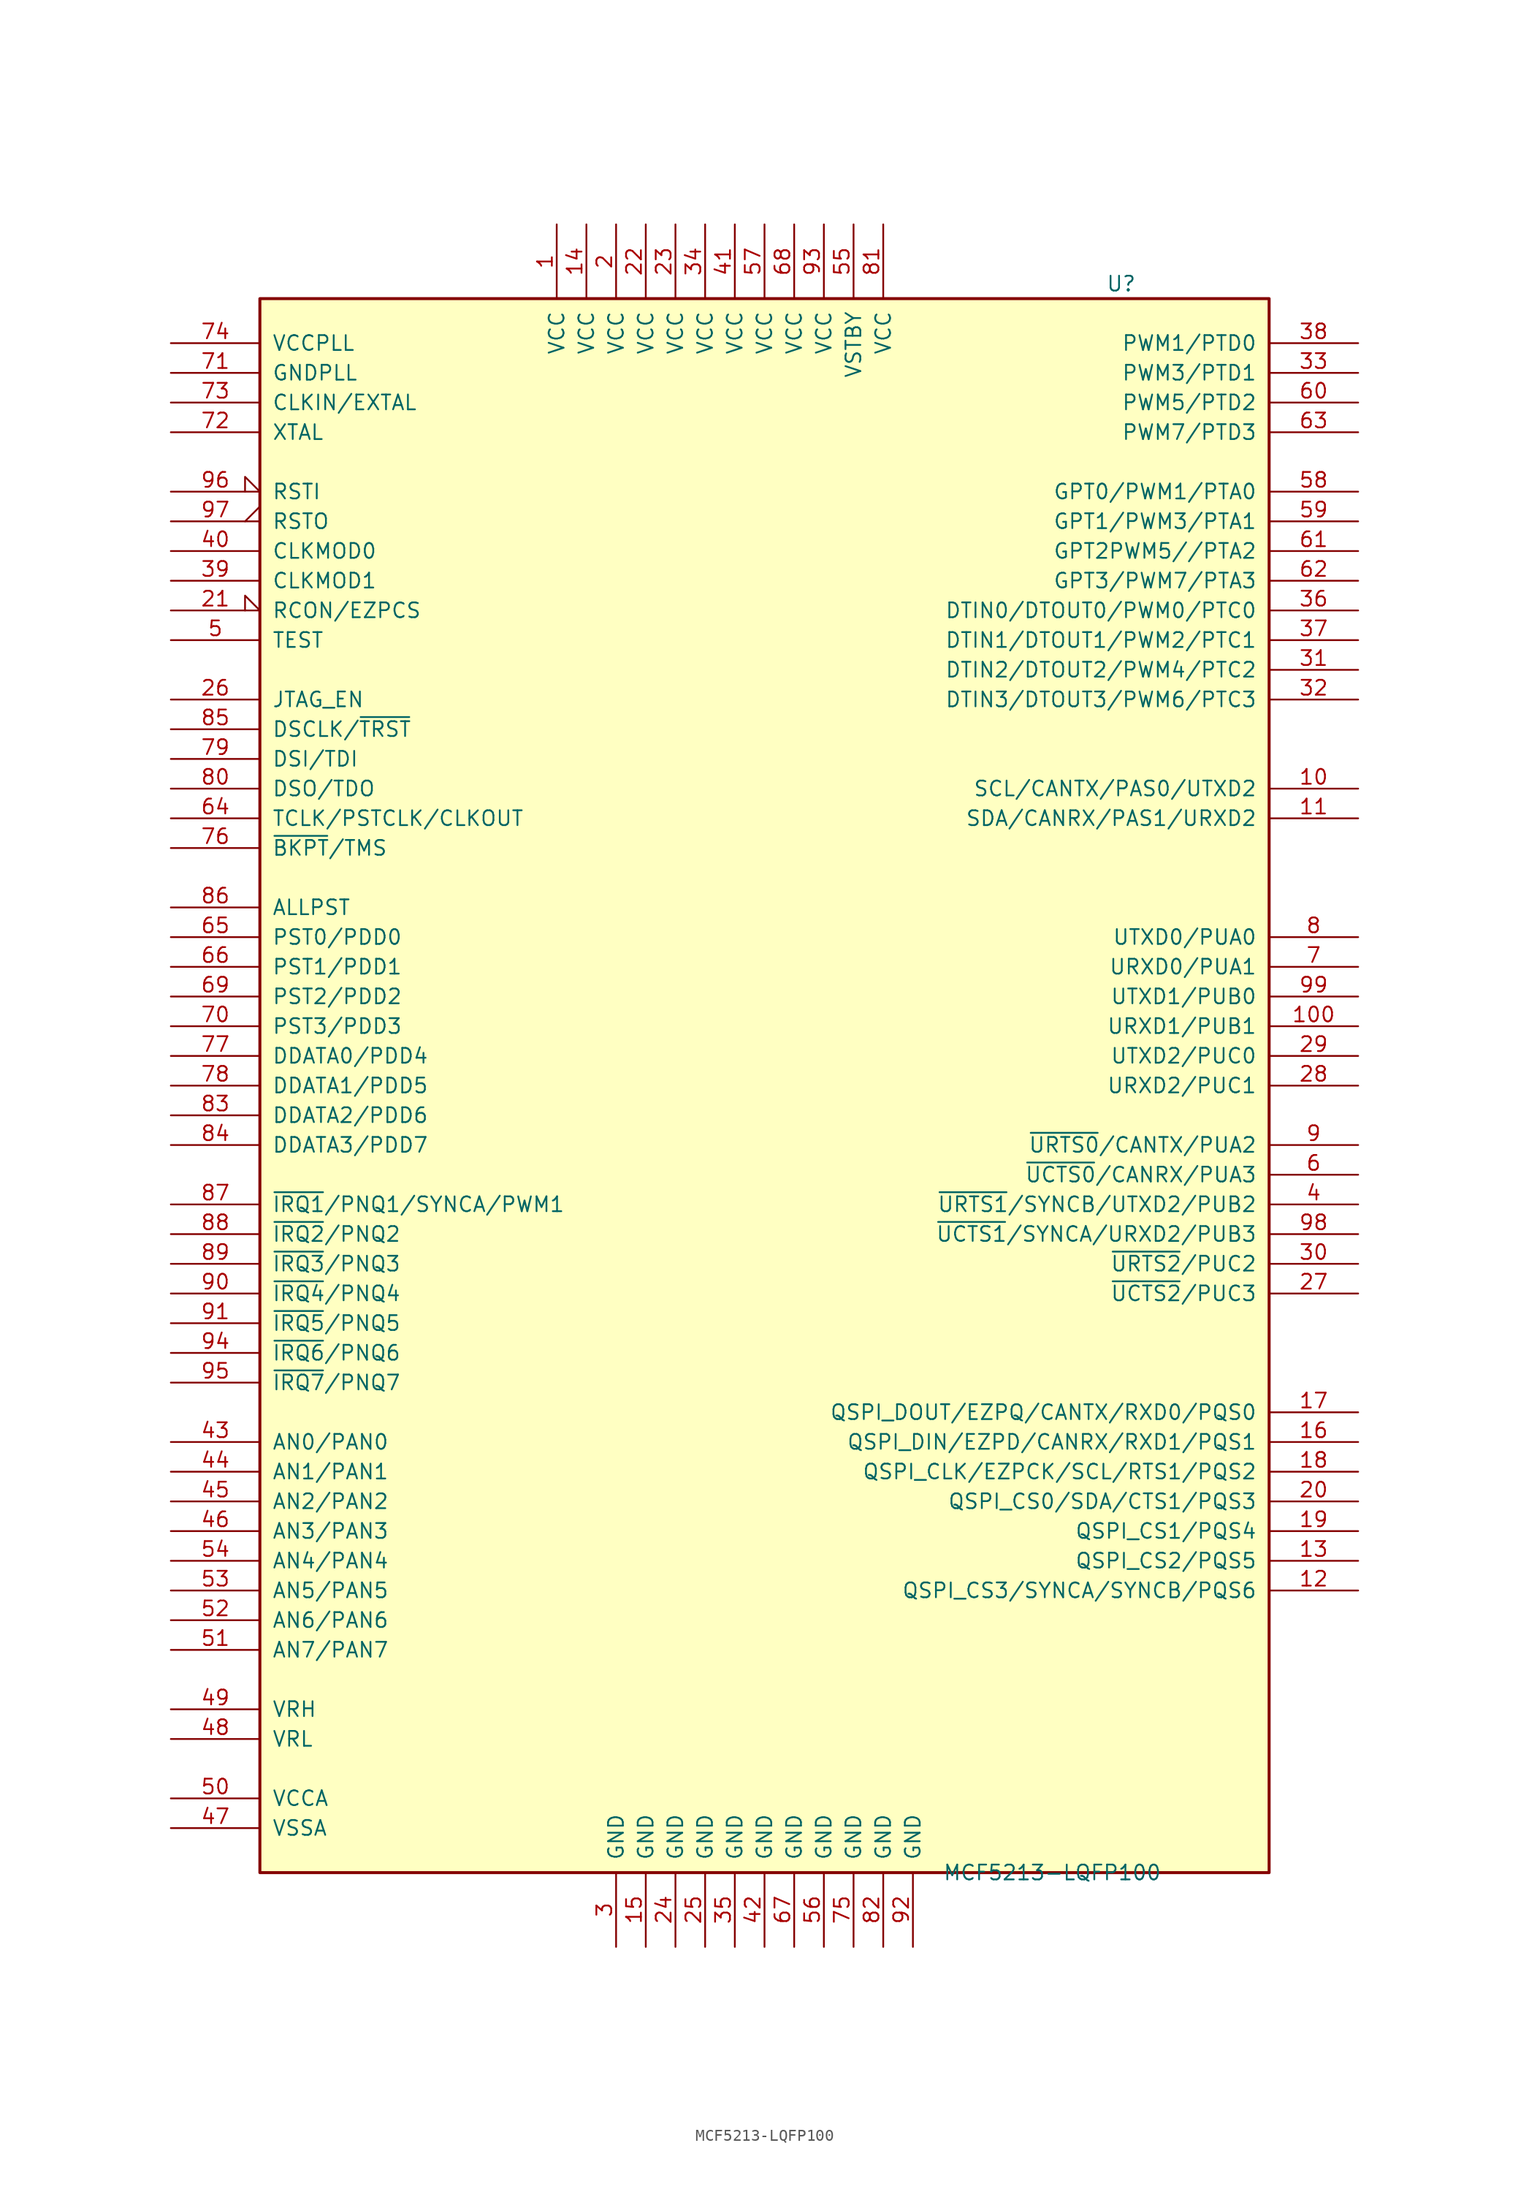
<source format=kicad_sym>
(kicad_symbol_lib
  (version 20241209)
  (generator "kicad_symbol_editor")
  (generator_version "9.0")
  (symbol "MCF5213-LQFP100"
    (pin_names
      (offset 1.016))
    (property "Reference" "U"
      (at 29.21 68.58 0)
      (effects (font (size 1.27 1.27)) (justify left)))
    (property "Value" "MCF5213-LQFP100"
      (at 15.24 -67.31 0)
      (effects (font (size 1.27 1.27)) (justify left)))
    (symbol "MCF5213-LQFP100_0_1"
      (rectangle (start -43.18 67.31) (end 43.18 -67.31) (stroke (width 0.254) (type default)) (fill (type background))))
    (symbol "MCF5213-LQFP100_1_1"
      (pin passive line (at -50.8 63.5 0) (length 7.62) (name "VCCPLL" (effects (font (size 1.27 1.27)))) (number "74" (effects (font (size 1.27 1.27)))))
      (pin passive line (at -50.8 60.96 0) (length 7.62) (name "GNDPLL" (effects (font (size 1.27 1.27)))) (number "71" (effects (font (size 1.27 1.27)))))
      (pin input line (at -50.8 58.42 0) (length 7.62) (name "CLKIN/EXTAL" (effects (font (size 1.27 1.27)))) (number "73" (effects (font (size 1.27 1.27)))))
      (pin output line (at -50.8 55.88 0) (length 7.62) (name "XTAL" (effects (font (size 1.27 1.27)))) (number "72" (effects (font (size 1.27 1.27)))))
      (pin input input_low (at -50.8 50.8 0) (length 7.62) (name "RSTI" (effects (font (size 1.27 1.27)))) (number "96" (effects (font (size 1.27 1.27)))))
      (pin output output_low (at -50.8 48.26 0) (length 7.62) (name "RSTO" (effects (font (size 1.27 1.27)))) (number "97" (effects (font (size 1.27 1.27)))))
      (pin input line (at -50.8 45.72 0) (length 7.62) (name "CLKMOD0" (effects (font (size 1.27 1.27)))) (number "40" (effects (font (size 1.27 1.27)))))
      (pin input line (at -50.8 43.18 0) (length 7.62) (name "CLKMOD1" (effects (font (size 1.27 1.27)))) (number "39" (effects (font (size 1.27 1.27)))))
      (pin input input_low (at -50.8 40.64 0) (length 7.62) (name "RCON/EZPCS" (effects (font (size 1.27 1.27)))) (number "21" (effects (font (size 1.27 1.27)))))
      (pin input line (at -50.8 38.1 0) (length 7.62) (name "TEST" (effects (font (size 1.27 1.27)))) (number "5" (effects (font (size 1.27 1.27)))))
      (pin input line (at -50.8 33.02 0) (length 7.62) (name "JTAG_EN" (effects (font (size 1.27 1.27)))) (number "26" (effects (font (size 1.27 1.27)))))
      (pin input line (at -50.8 30.48 0) (length 7.62) (name "DSCLK/~{TRST}" (effects (font (size 1.27 1.27)))) (number "85" (effects (font (size 1.27 1.27)))))
      (pin input line (at -50.8 27.94 0) (length 7.62) (name "DSI/TDI" (effects (font (size 1.27 1.27)))) (number "79" (effects (font (size 1.27 1.27)))))
      (pin output line (at -50.8 25.4 0) (length 7.62) (name "DSO/TDO" (effects (font (size 1.27 1.27)))) (number "80" (effects (font (size 1.27 1.27)))))
      (pin input line (at -50.8 22.86 0) (length 7.62) (name "TCLK/PSTCLK/CLKOUT" (effects (font (size 1.27 1.27)))) (number "64" (effects (font (size 1.27 1.27)))))
      (pin input line (at -50.8 20.32 0) (length 7.62) (name "~{BKPT}/TMS" (effects (font (size 1.27 1.27)))) (number "76" (effects (font (size 1.27 1.27)))))
      (pin output line (at -50.8 15.24 0) (length 7.62) (name "ALLPST" (effects (font (size 1.27 1.27)))) (number "86" (effects (font (size 1.27 1.27)))))
      (pin bidirectional line (at -50.8 12.7 0) (length 7.62) (name "PST0/PDD0" (effects (font (size 1.27 1.27)))) (number "65" (effects (font (size 1.27 1.27)))))
      (pin bidirectional line (at -50.8 10.16 0) (length 7.62) (name "PST1/PDD1" (effects (font (size 1.27 1.27)))) (number "66" (effects (font (size 1.27 1.27)))))
      (pin bidirectional line (at -50.8 7.62 0) (length 7.62) (name "PST2/PDD2" (effects (font (size 1.27 1.27)))) (number "69" (effects (font (size 1.27 1.27)))))
      (pin bidirectional line (at -50.8 5.08 0) (length 7.62) (name "PST3/PDD3" (effects (font (size 1.27 1.27)))) (number "70" (effects (font (size 1.27 1.27)))))
      (pin bidirectional line (at -50.8 2.54 0) (length 7.62) (name "DDATA0/PDD4" (effects (font (size 1.27 1.27)))) (number "77" (effects (font (size 1.27 1.27)))))
      (pin bidirectional line (at -50.8 0 0) (length 7.62) (name "DDATA1/PDD5" (effects (font (size 1.27 1.27)))) (number "78" (effects (font (size 1.27 1.27)))))
      (pin bidirectional line (at -50.8 -2.54 0) (length 7.62) (name "DDATA2/PDD6" (effects (font (size 1.27 1.27)))) (number "83" (effects (font (size 1.27 1.27)))))
      (pin bidirectional line (at -50.8 -5.08 0) (length 7.62) (name "DDATA3/PDD7" (effects (font (size 1.27 1.27)))) (number "84" (effects (font (size 1.27 1.27)))))
      (pin bidirectional line (at -50.8 -10.16 0) (length 7.62) (name "~{IRQ1}/PNQ1/SYNCA/PWM1" (effects (font (size 1.27 1.27)))) (number "87" (effects (font (size 1.27 1.27)))))
      (pin bidirectional line (at -50.8 -12.7 0) (length 7.62) (name "~{IRQ2}/PNQ2" (effects (font (size 1.27 1.27)))) (number "88" (effects (font (size 1.27 1.27)))))
      (pin bidirectional line (at -50.8 -15.24 0) (length 7.62) (name "~{IRQ3}/PNQ3" (effects (font (size 1.27 1.27)))) (number "89" (effects (font (size 1.27 1.27)))))
      (pin bidirectional line (at -50.8 -17.78 0) (length 7.62) (name "~{IRQ4}/PNQ4" (effects (font (size 1.27 1.27)))) (number "90" (effects (font (size 1.27 1.27)))))
      (pin bidirectional line (at -50.8 -20.32 0) (length 7.62) (name "~{IRQ5}/PNQ5" (effects (font (size 1.27 1.27)))) (number "91" (effects (font (size 1.27 1.27)))))
      (pin bidirectional line (at -50.8 -22.86 0) (length 7.62) (name "~{IRQ6}/PNQ6" (effects (font (size 1.27 1.27)))) (number "94" (effects (font (size 1.27 1.27)))))
      (pin bidirectional line (at -50.8 -25.4 0) (length 7.62) (name "~{IRQ7}/PNQ7" (effects (font (size 1.27 1.27)))) (number "95" (effects (font (size 1.27 1.27)))))
      (pin bidirectional line (at -50.8 -30.48 0) (length 7.62) (name "AN0/PAN0" (effects (font (size 1.27 1.27)))) (number "43" (effects (font (size 1.27 1.27)))))
      (pin bidirectional line (at -50.8 -33.02 0) (length 7.62) (name "AN1/PAN1" (effects (font (size 1.27 1.27)))) (number "44" (effects (font (size 1.27 1.27)))))
      (pin bidirectional line (at -50.8 -35.56 0) (length 7.62) (name "AN2/PAN2" (effects (font (size 1.27 1.27)))) (number "45" (effects (font (size 1.27 1.27)))))
      (pin bidirectional line (at -50.8 -38.1 0) (length 7.62) (name "AN3/PAN3" (effects (font (size 1.27 1.27)))) (number "46" (effects (font (size 1.27 1.27)))))
      (pin bidirectional line (at -50.8 -40.64 0) (length 7.62) (name "AN4/PAN4" (effects (font (size 1.27 1.27)))) (number "54" (effects (font (size 1.27 1.27)))))
      (pin bidirectional line (at -50.8 -43.18 0) (length 7.62) (name "AN5/PAN5" (effects (font (size 1.27 1.27)))) (number "53" (effects (font (size 1.27 1.27)))))
      (pin bidirectional line (at -50.8 -45.72 0) (length 7.62) (name "AN6/PAN6" (effects (font (size 1.27 1.27)))) (number "52" (effects (font (size 1.27 1.27)))))
      (pin bidirectional line (at -50.8 -48.26 0) (length 7.62) (name "AN7/PAN7" (effects (font (size 1.27 1.27)))) (number "51" (effects (font (size 1.27 1.27)))))
      (pin input line (at -50.8 -53.34 0) (length 7.62) (name "VRH" (effects (font (size 1.27 1.27)))) (number "49" (effects (font (size 1.27 1.27)))))
      (pin input line (at -50.8 -55.88 0) (length 7.62) (name "VRL" (effects (font (size 1.27 1.27)))) (number "48" (effects (font (size 1.27 1.27)))))
      (pin input line (at -50.8 -60.96 0) (length 7.62) (name "VCCA" (effects (font (size 1.27 1.27)))) (number "50" (effects (font (size 1.27 1.27)))))
      (pin input line (at -50.8 -63.5 0) (length 7.62) (name "VSSA" (effects (font (size 1.27 1.27)))) (number "47" (effects (font (size 1.27 1.27)))))
      (pin power_in line (at -17.78 73.66 270) (length 6.35) (name "VCC" (effects (font (size 1.27 1.27)))) (number "1" (effects (font (size 1.27 1.27)))))
      (pin power_in line (at -15.24 73.66 270) (length 6.35) (name "VCC" (effects (font (size 1.27 1.27)))) (number "14" (effects (font (size 1.27 1.27)))))
      (pin power_in line (at -12.7 73.66 270) (length 6.35) (name "VCC" (effects (font (size 1.27 1.27)))) (number "2" (effects (font (size 1.27 1.27)))))
      (pin power_in line (at -12.7 -73.66 90) (length 6.35) (name "GND" (effects (font (size 1.27 1.27)))) (number "3" (effects (font (size 1.27 1.27)))))
      (pin power_in line (at -10.16 73.66 270) (length 6.35) (name "VCC" (effects (font (size 1.27 1.27)))) (number "22" (effects (font (size 1.27 1.27)))))
      (pin power_in line (at -10.16 -73.66 90) (length 6.35) (name "GND" (effects (font (size 1.27 1.27)))) (number "15" (effects (font (size 1.27 1.27)))))
      (pin power_in line (at -7.62 73.66 270) (length 6.35) (name "VCC" (effects (font (size 1.27 1.27)))) (number "23" (effects (font (size 1.27 1.27)))))
      (pin power_in line (at -7.62 -73.66 90) (length 6.35) (name "GND" (effects (font (size 1.27 1.27)))) (number "24" (effects (font (size 1.27 1.27)))))
      (pin power_in line (at -5.08 73.66 270) (length 6.35) (name "VCC" (effects (font (size 1.27 1.27)))) (number "34" (effects (font (size 1.27 1.27)))))
      (pin power_in line (at -5.08 -73.66 90) (length 6.35) (name "GND" (effects (font (size 1.27 1.27)))) (number "25" (effects (font (size 1.27 1.27)))))
      (pin power_in line (at -2.54 73.66 270) (length 6.35) (name "VCC" (effects (font (size 1.27 1.27)))) (number "41" (effects (font (size 1.27 1.27)))))
      (pin power_in line (at -2.54 -73.66 90) (length 6.35) (name "GND" (effects (font (size 1.27 1.27)))) (number "35" (effects (font (size 1.27 1.27)))))
      (pin power_in line (at 0 73.66 270) (length 6.35) (name "VCC" (effects (font (size 1.27 1.27)))) (number "57" (effects (font (size 1.27 1.27)))))
      (pin power_in line (at 0 -73.66 90) (length 6.35) (name "GND" (effects (font (size 1.27 1.27)))) (number "42" (effects (font (size 1.27 1.27)))))
      (pin power_in line (at 2.54 73.66 270) (length 6.35) (name "VCC" (effects (font (size 1.27 1.27)))) (number "68" (effects (font (size 1.27 1.27)))))
      (pin power_in line (at 2.54 -73.66 90) (length 6.35) (name "GND" (effects (font (size 1.27 1.27)))) (number "67" (effects (font (size 1.27 1.27)))))
      (pin power_in line (at 5.08 73.66 270) (length 6.35) (name "VCC" (effects (font (size 1.27 1.27)))) (number "93" (effects (font (size 1.27 1.27)))))
      (pin power_in line (at 5.08 -73.66 90) (length 6.35) (name "GND" (effects (font (size 1.27 1.27)))) (number "56" (effects (font (size 1.27 1.27)))))
      (pin power_in line (at 7.62 73.66 270) (length 6.35) (name "VSTBY" (effects (font (size 1.27 1.27)))) (number "55" (effects (font (size 1.27 1.27)))))
      (pin power_in line (at 7.62 -73.66 90) (length 6.35) (name "GND" (effects (font (size 1.27 1.27)))) (number "75" (effects (font (size 1.27 1.27)))))
      (pin power_in line (at 10.16 73.66 270) (length 6.35) (name "VCC" (effects (font (size 1.27 1.27)))) (number "81" (effects (font (size 1.27 1.27)))))
      (pin power_in line (at 10.16 -73.66 90) (length 6.35) (name "GND" (effects (font (size 1.27 1.27)))) (number "82" (effects (font (size 1.27 1.27)))))
      (pin power_in line (at 12.7 -73.66 90) (length 6.35) (name "GND" (effects (font (size 1.27 1.27)))) (number "92" (effects (font (size 1.27 1.27)))))
      (pin bidirectional line (at 50.8 63.5 180) (length 7.62) (name "PWM1/PTD0" (effects (font (size 1.27 1.27)))) (number "38" (effects (font (size 1.27 1.27)))))
      (pin bidirectional line (at 50.8 60.96 180) (length 7.62) (name "PWM3/PTD1" (effects (font (size 1.27 1.27)))) (number "33" (effects (font (size 1.27 1.27)))))
      (pin bidirectional line (at 50.8 58.42 180) (length 7.62) (name "PWM5/PTD2" (effects (font (size 1.27 1.27)))) (number "60" (effects (font (size 1.27 1.27)))))
      (pin bidirectional line (at 50.8 55.88 180) (length 7.62) (name "PWM7/PTD3" (effects (font (size 1.27 1.27)))) (number "63" (effects (font (size 1.27 1.27)))))
      (pin bidirectional line (at 50.8 50.8 180) (length 7.62) (name "GPT0/PWM1/PTA0" (effects (font (size 1.27 1.27)))) (number "58" (effects (font (size 1.27 1.27)))))
      (pin bidirectional line (at 50.8 48.26 180) (length 7.62) (name "GPT1/PWM3/PTA1" (effects (font (size 1.27 1.27)))) (number "59" (effects (font (size 1.27 1.27)))))
      (pin bidirectional line (at 50.8 45.72 180) (length 7.62) (name "GPT2PWM5//PTA2" (effects (font (size 1.27 1.27)))) (number "61" (effects (font (size 1.27 1.27)))))
      (pin bidirectional line (at 50.8 43.18 180) (length 7.62) (name "GPT3/PWM7/PTA3" (effects (font (size 1.27 1.27)))) (number "62" (effects (font (size 1.27 1.27)))))
      (pin bidirectional line (at 50.8 40.64 180) (length 7.62) (name "DTIN0/DTOUT0/PWM0/PTC0" (effects (font (size 1.27 1.27)))) (number "36" (effects (font (size 1.27 1.27)))))
      (pin bidirectional line (at 50.8 38.1 180) (length 7.62) (name "DTIN1/DTOUT1/PWM2/PTC1" (effects (font (size 1.27 1.27)))) (number "37" (effects (font (size 1.27 1.27)))))
      (pin bidirectional line (at 50.8 35.56 180) (length 7.62) (name "DTIN2/DTOUT2/PWM4/PTC2" (effects (font (size 1.27 1.27)))) (number "31" (effects (font (size 1.27 1.27)))))
      (pin bidirectional line (at 50.8 33.02 180) (length 7.62) (name "DTIN3/DTOUT3/PWM6/PTC3" (effects (font (size 1.27 1.27)))) (number "32" (effects (font (size 1.27 1.27)))))
      (pin bidirectional line (at 50.8 25.4 180) (length 7.62) (name "SCL/CANTX/PAS0/UTXD2" (effects (font (size 1.27 1.27)))) (number "10" (effects (font (size 1.27 1.27)))))
      (pin bidirectional line (at 50.8 22.86 180) (length 7.62) (name "SDA/CANRX/PAS1/URXD2" (effects (font (size 1.27 1.27)))) (number "11" (effects (font (size 1.27 1.27)))))
      (pin bidirectional line (at 50.8 12.7 180) (length 7.62) (name "UTXD0/PUA0" (effects (font (size 1.27 1.27)))) (number "8" (effects (font (size 1.27 1.27)))))
      (pin bidirectional line (at 50.8 10.16 180) (length 7.62) (name "URXD0/PUA1" (effects (font (size 1.27 1.27)))) (number "7" (effects (font (size 1.27 1.27)))))
      (pin bidirectional line (at 50.8 7.62 180) (length 7.62) (name "UTXD1/PUB0" (effects (font (size 1.27 1.27)))) (number "99" (effects (font (size 1.27 1.27)))))
      (pin bidirectional line (at 50.8 5.08 180) (length 7.62) (name "URXD1/PUB1" (effects (font (size 1.27 1.27)))) (number "100" (effects (font (size 1.27 1.27)))))
      (pin bidirectional line (at 50.8 2.54 180) (length 7.62) (name "UTXD2/PUC0" (effects (font (size 1.27 1.27)))) (number "29" (effects (font (size 1.27 1.27)))))
      (pin bidirectional line (at 50.8 0 180) (length 7.62) (name "URXD2/PUC1" (effects (font (size 1.27 1.27)))) (number "28" (effects (font (size 1.27 1.27)))))
      (pin bidirectional line (at 50.8 -5.08 180) (length 7.62) (name "~{URTS0}/CANTX/PUA2" (effects (font (size 1.27 1.27)))) (number "9" (effects (font (size 1.27 1.27)))))
      (pin bidirectional line (at 50.8 -7.62 180) (length 7.62) (name "~{UCTS0}/CANRX/PUA3" (effects (font (size 1.27 1.27)))) (number "6" (effects (font (size 1.27 1.27)))))
      (pin bidirectional line (at 50.8 -10.16 180) (length 7.62) (name "~{URTS1}/SYNCB/UTXD2/PUB2" (effects (font (size 1.27 1.27)))) (number "4" (effects (font (size 1.27 1.27)))))
      (pin bidirectional line (at 50.8 -12.7 180) (length 7.62) (name "~{UCTS1}/SYNCA/URXD2/PUB3" (effects (font (size 1.27 1.27)))) (number "98" (effects (font (size 1.27 1.27)))))
      (pin bidirectional line (at 50.8 -15.24 180) (length 7.62) (name "~{URTS2}/PUC2" (effects (font (size 1.27 1.27)))) (number "30" (effects (font (size 1.27 1.27)))))
      (pin bidirectional line (at 50.8 -17.78 180) (length 7.62) (name "~{UCTS2}/PUC3" (effects (font (size 1.27 1.27)))) (number "27" (effects (font (size 1.27 1.27)))))
      (pin bidirectional line (at 50.8 -27.94 180) (length 7.62) (name "QSPI_DOUT/EZPQ/CANTX/RXD0/PQS0" (effects (font (size 1.27 1.27)))) (number "17" (effects (font (size 1.27 1.27)))))
      (pin bidirectional line (at 50.8 -30.48 180) (length 7.62) (name "QSPI_DIN/EZPD/CANRX/RXD1/PQS1" (effects (font (size 1.27 1.27)))) (number "16" (effects (font (size 1.27 1.27)))))
      (pin bidirectional line (at 50.8 -33.02 180) (length 7.62) (name "QSPI_CLK/EZPCK/SCL/RTS1/PQS2" (effects (font (size 1.27 1.27)))) (number "18" (effects (font (size 1.27 1.27)))))
      (pin bidirectional line (at 50.8 -35.56 180) (length 7.62) (name "QSPI_CS0/SDA/CTS1/PQS3" (effects (font (size 1.27 1.27)))) (number "20" (effects (font (size 1.27 1.27)))))
      (pin bidirectional line (at 50.8 -38.1 180) (length 7.62) (name "QSPI_CS1/PQS4" (effects (font (size 1.27 1.27)))) (number "19" (effects (font (size 1.27 1.27)))))
      (pin bidirectional line (at 50.8 -40.64 180) (length 7.62) (name "QSPI_CS2/PQS5" (effects (font (size 1.27 1.27)))) (number "13" (effects (font (size 1.27 1.27)))))
      (pin bidirectional line (at 50.8 -43.18 180) (length 7.62) (name "QSPI_CS3/SYNCA/SYNCB/PQS6" (effects (font (size 1.27 1.27)))) (number "12" (effects (font (size 1.27 1.27))))))))
</source>
